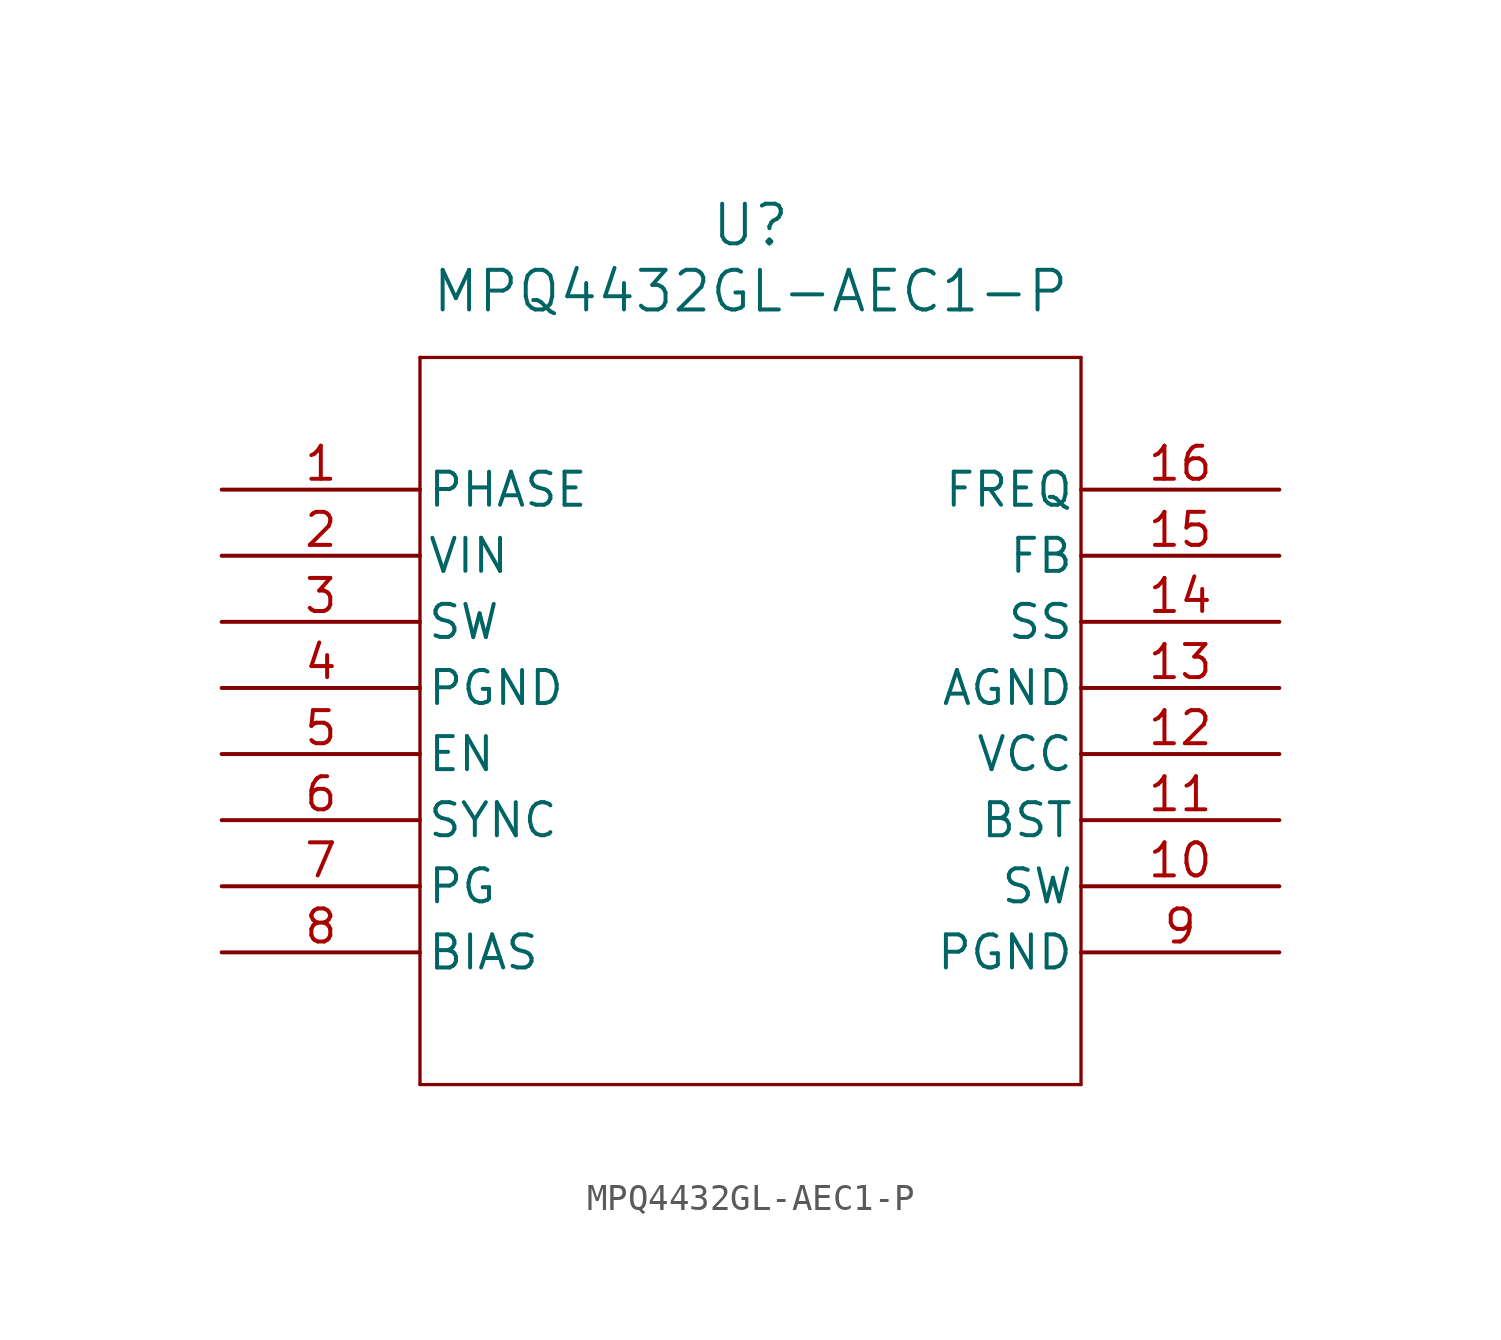
<source format=kicad_sym>
(kicad_symbol_lib
  (version 20211014)
  (generator kicad_symbol_editor)
  (symbol "MPQ4432GL-AEC1-P"
    (pin_names
      (offset 0.254))
    (property "Reference" "U"
      (at 20.32 10.16 0)
      (effects (font (size 1.524 1.524))))
    (property "Value" "MPQ4432GL-AEC1-P"
      (at 20.32 7.62 0)
      (effects (font (size 1.524 1.524))))
    (symbol "MPQ4432GL-AEC1-P_0_1"
      (polyline (pts (xy 7.62 5.08) (xy 7.62 -22.86)) (stroke (width 0.127) (type default) (color 0 0 0 0)) (fill (type none)))
      (polyline (pts (xy 7.62 -22.86) (xy 33.02 -22.86)) (stroke (width 0.127) (type default) (color 0 0 0 0)) (fill (type none)))
      (polyline (pts (xy 33.02 -22.86) (xy 33.02 5.08)) (stroke (width 0.127) (type default) (color 0 0 0 0)) (fill (type none)))
      (polyline (pts (xy 33.02 5.08) (xy 7.62 5.08)) (stroke (width 0.127) (type default) (color 0 0 0 0)) (fill (type none)))
      (pin unspecified line (at 0 0 0) (length 7.62) (name "PHASE" (effects (font (size 1.27 1.27)))) (number "1" (effects (font (size 1.27 1.27)))))
      (pin power_in line (at 0 -2.54 0) (length 7.62) (name "VIN" (effects (font (size 1.27 1.27)))) (number "2" (effects (font (size 1.27 1.27)))))
      (pin output line (at 0 -5.08 0) (length 7.62) (name "SW" (effects (font (size 1.27 1.27)))) (number "3" (effects (font (size 1.27 1.27)))))
      (pin power_out line (at 0 -7.62 0) (length 7.62) (name "PGND" (effects (font (size 1.27 1.27)))) (number "4" (effects (font (size 1.27 1.27)))))
      (pin unspecified line (at 0 -10.16 0) (length 7.62) (name "EN" (effects (font (size 1.27 1.27)))) (number "5" (effects (font (size 1.27 1.27)))))
      (pin unspecified line (at 0 -12.7 0) (length 7.62) (name "SYNC" (effects (font (size 1.27 1.27)))) (number "6" (effects (font (size 1.27 1.27)))))
      (pin output line (at 0 -15.24 0) (length 7.62) (name "PG" (effects (font (size 1.27 1.27)))) (number "7" (effects (font (size 1.27 1.27)))))
      (pin power_in line (at 0 -17.78 0) (length 7.62) (name "BIAS" (effects (font (size 1.27 1.27)))) (number "8" (effects (font (size 1.27 1.27)))))
      (pin power_out line (at 40.64 -17.78 180) (length 7.62) (name "PGND" (effects (font (size 1.27 1.27)))) (number "9" (effects (font (size 1.27 1.27)))))
      (pin output line (at 40.64 -15.24 180) (length 7.62) (name "SW" (effects (font (size 1.27 1.27)))) (number "10" (effects (font (size 1.27 1.27)))))
      (pin power_in line (at 40.64 -12.7 180) (length 7.62) (name "BST" (effects (font (size 1.27 1.27)))) (number "11" (effects (font (size 1.27 1.27)))))
      (pin power_in line (at 40.64 -10.16 180) (length 7.62) (name "VCC" (effects (font (size 1.27 1.27)))) (number "12" (effects (font (size 1.27 1.27)))))
      (pin power_out line (at 40.64 -7.62 180) (length 7.62) (name "AGND" (effects (font (size 1.27 1.27)))) (number "13" (effects (font (size 1.27 1.27)))))
      (pin input line (at 40.64 -5.08 180) (length 7.62) (name "SS" (effects (font (size 1.27 1.27)))) (number "14" (effects (font (size 1.27 1.27)))))
      (pin input line (at 40.64 -2.54 180) (length 7.62) (name "FB" (effects (font (size 1.27 1.27)))) (number "15" (effects (font (size 1.27 1.27)))))
      (pin unspecified line (at 40.64 0 180) (length 7.62) (name "FREQ" (effects (font (size 1.27 1.27)))) (number "16" (effects (font (size 1.27 1.27))))))))
</source>
